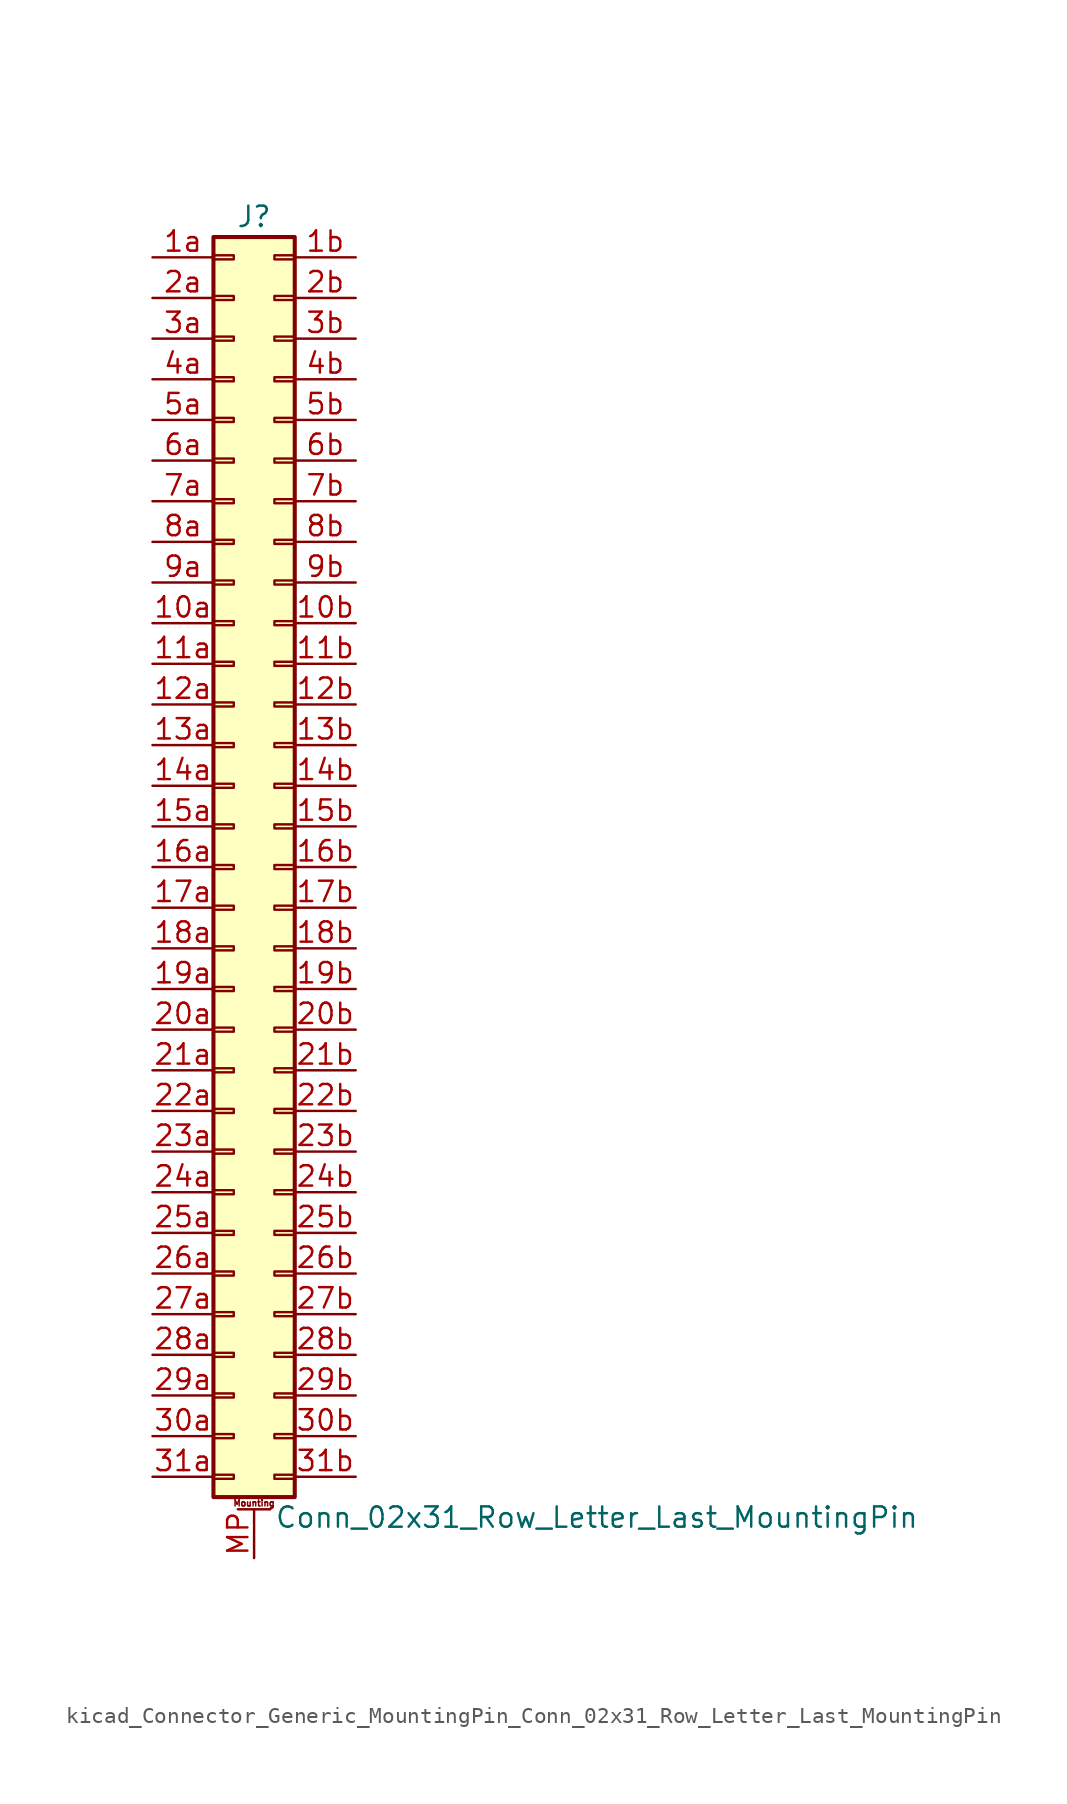
<source format=kicad_sym>
(kicad_symbol_lib
  (version 20220914)
  (generator kicad_symbol_editor)
  (symbol "kicad_Connector_Generic_MountingPin_Conn_02x31_Row_Letter_Last_MountingPin"
    (pin_names
      (offset 1.016) hide)
    (property "Reference" "J"
      (at 1.27 40.64 0)
      (effects (font (size 1.27 1.27))))
    (property "Value" "Conn_02x31_Row_Letter_Last_MountingPin"
      (at 2.54 -40.64 0)
      (effects (font (size 1.27 1.27)) (justify left)))
    (symbol "kicad_Connector_Generic_MountingPin_Conn_02x31_Row_Letter_Last_MountingPin_1_1"
      (rectangle (start -1.27 -37.973) (end 0 -38.227) (stroke (width 0.152) (type default)) (fill (type none)))
      (rectangle (start -1.27 -35.433) (end 0 -35.687) (stroke (width 0.152) (type default)) (fill (type none)))
      (rectangle (start -1.27 -32.893) (end 0 -33.147) (stroke (width 0.152) (type default)) (fill (type none)))
      (rectangle (start -1.27 -30.353) (end 0 -30.607) (stroke (width 0.152) (type default)) (fill (type none)))
      (rectangle (start -1.27 -27.813) (end 0 -28.067) (stroke (width 0.152) (type default)) (fill (type none)))
      (rectangle (start -1.27 -25.273) (end 0 -25.527) (stroke (width 0.152) (type default)) (fill (type none)))
      (rectangle (start -1.27 -22.733) (end 0 -22.987) (stroke (width 0.152) (type default)) (fill (type none)))
      (rectangle (start -1.27 -20.193) (end 0 -20.447) (stroke (width 0.152) (type default)) (fill (type none)))
      (rectangle (start -1.27 -17.653) (end 0 -17.907) (stroke (width 0.152) (type default)) (fill (type none)))
      (rectangle (start -1.27 -15.113) (end 0 -15.367) (stroke (width 0.152) (type default)) (fill (type none)))
      (rectangle (start -1.27 -12.573) (end 0 -12.827) (stroke (width 0.152) (type default)) (fill (type none)))
      (rectangle (start -1.27 -10.033) (end 0 -10.287) (stroke (width 0.152) (type default)) (fill (type none)))
      (rectangle (start -1.27 -7.493) (end 0 -7.747) (stroke (width 0.152) (type default)) (fill (type none)))
      (rectangle (start -1.27 -4.953) (end 0 -5.207) (stroke (width 0.152) (type default)) (fill (type none)))
      (rectangle (start -1.27 -2.413) (end 0 -2.667) (stroke (width 0.152) (type default)) (fill (type none)))
      (rectangle (start -1.27 0.127) (end 0 -0.127) (stroke (width 0.152) (type default)) (fill (type none)))
      (rectangle (start -1.27 2.667) (end 0 2.413) (stroke (width 0.152) (type default)) (fill (type none)))
      (rectangle (start -1.27 5.207) (end 0 4.953) (stroke (width 0.152) (type default)) (fill (type none)))
      (rectangle (start -1.27 7.747) (end 0 7.493) (stroke (width 0.152) (type default)) (fill (type none)))
      (rectangle (start -1.27 10.287) (end 0 10.033) (stroke (width 0.152) (type default)) (fill (type none)))
      (rectangle (start -1.27 12.827) (end 0 12.573) (stroke (width 0.152) (type default)) (fill (type none)))
      (rectangle (start -1.27 15.367) (end 0 15.113) (stroke (width 0.152) (type default)) (fill (type none)))
      (rectangle (start -1.27 17.907) (end 0 17.653) (stroke (width 0.152) (type default)) (fill (type none)))
      (rectangle (start -1.27 20.447) (end 0 20.193) (stroke (width 0.152) (type default)) (fill (type none)))
      (rectangle (start -1.27 22.987) (end 0 22.733) (stroke (width 0.152) (type default)) (fill (type none)))
      (rectangle (start -1.27 25.527) (end 0 25.273) (stroke (width 0.152) (type default)) (fill (type none)))
      (rectangle (start -1.27 28.067) (end 0 27.813) (stroke (width 0.152) (type default)) (fill (type none)))
      (rectangle (start -1.27 30.607) (end 0 30.353) (stroke (width 0.152) (type default)) (fill (type none)))
      (rectangle (start -1.27 33.147) (end 0 32.893) (stroke (width 0.152) (type default)) (fill (type none)))
      (rectangle (start -1.27 35.687) (end 0 35.433) (stroke (width 0.152) (type default)) (fill (type none)))
      (rectangle (start -1.27 38.227) (end 0 37.973) (stroke (width 0.152) (type default)) (fill (type none)))
      (rectangle (start -1.27 39.37) (end 3.81 -39.37) (stroke (width 0.254) (type default)) (fill (type background)))
      (polyline (pts (xy 0.254 -40.132) (xy 2.286 -40.132)) (stroke (width 0.152) (type default)) (fill (type none)))
      (rectangle (start 3.81 -37.973) (end 2.54 -38.227) (stroke (width 0.152) (type default)) (fill (type none)))
      (rectangle (start 3.81 -35.433) (end 2.54 -35.687) (stroke (width 0.152) (type default)) (fill (type none)))
      (rectangle (start 3.81 -32.893) (end 2.54 -33.147) (stroke (width 0.152) (type default)) (fill (type none)))
      (rectangle (start 3.81 -30.353) (end 2.54 -30.607) (stroke (width 0.152) (type default)) (fill (type none)))
      (rectangle (start 3.81 -27.813) (end 2.54 -28.067) (stroke (width 0.152) (type default)) (fill (type none)))
      (rectangle (start 3.81 -25.273) (end 2.54 -25.527) (stroke (width 0.152) (type default)) (fill (type none)))
      (rectangle (start 3.81 -22.733) (end 2.54 -22.987) (stroke (width 0.152) (type default)) (fill (type none)))
      (rectangle (start 3.81 -20.193) (end 2.54 -20.447) (stroke (width 0.152) (type default)) (fill (type none)))
      (rectangle (start 3.81 -17.653) (end 2.54 -17.907) (stroke (width 0.152) (type default)) (fill (type none)))
      (rectangle (start 3.81 -15.113) (end 2.54 -15.367) (stroke (width 0.152) (type default)) (fill (type none)))
      (rectangle (start 3.81 -12.573) (end 2.54 -12.827) (stroke (width 0.152) (type default)) (fill (type none)))
      (rectangle (start 3.81 -10.033) (end 2.54 -10.287) (stroke (width 0.152) (type default)) (fill (type none)))
      (rectangle (start 3.81 -7.493) (end 2.54 -7.747) (stroke (width 0.152) (type default)) (fill (type none)))
      (rectangle (start 3.81 -4.953) (end 2.54 -5.207) (stroke (width 0.152) (type default)) (fill (type none)))
      (rectangle (start 3.81 -2.413) (end 2.54 -2.667) (stroke (width 0.152) (type default)) (fill (type none)))
      (rectangle (start 3.81 0.127) (end 2.54 -0.127) (stroke (width 0.152) (type default)) (fill (type none)))
      (rectangle (start 3.81 2.667) (end 2.54 2.413) (stroke (width 0.152) (type default)) (fill (type none)))
      (rectangle (start 3.81 5.207) (end 2.54 4.953) (stroke (width 0.152) (type default)) (fill (type none)))
      (rectangle (start 3.81 7.747) (end 2.54 7.493) (stroke (width 0.152) (type default)) (fill (type none)))
      (rectangle (start 3.81 10.287) (end 2.54 10.033) (stroke (width 0.152) (type default)) (fill (type none)))
      (rectangle (start 3.81 12.827) (end 2.54 12.573) (stroke (width 0.152) (type default)) (fill (type none)))
      (rectangle (start 3.81 15.367) (end 2.54 15.113) (stroke (width 0.152) (type default)) (fill (type none)))
      (rectangle (start 3.81 17.907) (end 2.54 17.653) (stroke (width 0.152) (type default)) (fill (type none)))
      (rectangle (start 3.81 20.447) (end 2.54 20.193) (stroke (width 0.152) (type default)) (fill (type none)))
      (rectangle (start 3.81 22.987) (end 2.54 22.733) (stroke (width 0.152) (type default)) (fill (type none)))
      (rectangle (start 3.81 25.527) (end 2.54 25.273) (stroke (width 0.152) (type default)) (fill (type none)))
      (rectangle (start 3.81 28.067) (end 2.54 27.813) (stroke (width 0.152) (type default)) (fill (type none)))
      (rectangle (start 3.81 30.607) (end 2.54 30.353) (stroke (width 0.152) (type default)) (fill (type none)))
      (rectangle (start 3.81 33.147) (end 2.54 32.893) (stroke (width 0.152) (type default)) (fill (type none)))
      (rectangle (start 3.81 35.687) (end 2.54 35.433) (stroke (width 0.152) (type default)) (fill (type none)))
      (rectangle (start 3.81 38.227) (end 2.54 37.973) (stroke (width 0.152) (type default)) (fill (type none)))
      (text "Mounting" (at 1.27 -39.751 0) (effects (font (size 0.381 0.381))))
      (pin passive line (at -5.08 15.24 0) (length 3.81) (name "Pin_10a" (effects (font (size 1.27 1.27)))) (number "10a" (effects (font (size 1.27 1.27)))))
      (pin passive line (at 7.62 15.24 180) (length 3.81) (name "Pin_10b" (effects (font (size 1.27 1.27)))) (number "10b" (effects (font (size 1.27 1.27)))))
      (pin passive line (at -5.08 12.7 0) (length 3.81) (name "Pin_11a" (effects (font (size 1.27 1.27)))) (number "11a" (effects (font (size 1.27 1.27)))))
      (pin passive line (at 7.62 12.7 180) (length 3.81) (name "Pin_11b" (effects (font (size 1.27 1.27)))) (number "11b" (effects (font (size 1.27 1.27)))))
      (pin passive line (at -5.08 10.16 0) (length 3.81) (name "Pin_12a" (effects (font (size 1.27 1.27)))) (number "12a" (effects (font (size 1.27 1.27)))))
      (pin passive line (at 7.62 10.16 180) (length 3.81) (name "Pin_12b" (effects (font (size 1.27 1.27)))) (number "12b" (effects (font (size 1.27 1.27)))))
      (pin passive line (at -5.08 7.62 0) (length 3.81) (name "Pin_13a" (effects (font (size 1.27 1.27)))) (number "13a" (effects (font (size 1.27 1.27)))))
      (pin passive line (at 7.62 7.62 180) (length 3.81) (name "Pin_13b" (effects (font (size 1.27 1.27)))) (number "13b" (effects (font (size 1.27 1.27)))))
      (pin passive line (at -5.08 5.08 0) (length 3.81) (name "Pin_14a" (effects (font (size 1.27 1.27)))) (number "14a" (effects (font (size 1.27 1.27)))))
      (pin passive line (at 7.62 5.08 180) (length 3.81) (name "Pin_14b" (effects (font (size 1.27 1.27)))) (number "14b" (effects (font (size 1.27 1.27)))))
      (pin passive line (at -5.08 2.54 0) (length 3.81) (name "Pin_15a" (effects (font (size 1.27 1.27)))) (number "15a" (effects (font (size 1.27 1.27)))))
      (pin passive line (at 7.62 2.54 180) (length 3.81) (name "Pin_15b" (effects (font (size 1.27 1.27)))) (number "15b" (effects (font (size 1.27 1.27)))))
      (pin passive line (at -5.08 0 0) (length 3.81) (name "Pin_16a" (effects (font (size 1.27 1.27)))) (number "16a" (effects (font (size 1.27 1.27)))))
      (pin passive line (at 7.62 0 180) (length 3.81) (name "Pin_16b" (effects (font (size 1.27 1.27)))) (number "16b" (effects (font (size 1.27 1.27)))))
      (pin passive line (at -5.08 -2.54 0) (length 3.81) (name "Pin_17a" (effects (font (size 1.27 1.27)))) (number "17a" (effects (font (size 1.27 1.27)))))
      (pin passive line (at 7.62 -2.54 180) (length 3.81) (name "Pin_17b" (effects (font (size 1.27 1.27)))) (number "17b" (effects (font (size 1.27 1.27)))))
      (pin passive line (at -5.08 -5.08 0) (length 3.81) (name "Pin_18a" (effects (font (size 1.27 1.27)))) (number "18a" (effects (font (size 1.27 1.27)))))
      (pin passive line (at 7.62 -5.08 180) (length 3.81) (name "Pin_18b" (effects (font (size 1.27 1.27)))) (number "18b" (effects (font (size 1.27 1.27)))))
      (pin passive line (at -5.08 -7.62 0) (length 3.81) (name "Pin_19a" (effects (font (size 1.27 1.27)))) (number "19a" (effects (font (size 1.27 1.27)))))
      (pin passive line (at 7.62 -7.62 180) (length 3.81) (name "Pin_19b" (effects (font (size 1.27 1.27)))) (number "19b" (effects (font (size 1.27 1.27)))))
      (pin passive line (at -5.08 38.1 0) (length 3.81) (name "Pin_1a" (effects (font (size 1.27 1.27)))) (number "1a" (effects (font (size 1.27 1.27)))))
      (pin passive line (at 7.62 38.1 180) (length 3.81) (name "Pin_1b" (effects (font (size 1.27 1.27)))) (number "1b" (effects (font (size 1.27 1.27)))))
      (pin passive line (at -5.08 -10.16 0) (length 3.81) (name "Pin_20a" (effects (font (size 1.27 1.27)))) (number "20a" (effects (font (size 1.27 1.27)))))
      (pin passive line (at 7.62 -10.16 180) (length 3.81) (name "Pin_20b" (effects (font (size 1.27 1.27)))) (number "20b" (effects (font (size 1.27 1.27)))))
      (pin passive line (at -5.08 -12.7 0) (length 3.81) (name "Pin_21a" (effects (font (size 1.27 1.27)))) (number "21a" (effects (font (size 1.27 1.27)))))
      (pin passive line (at 7.62 -12.7 180) (length 3.81) (name "Pin_21b" (effects (font (size 1.27 1.27)))) (number "21b" (effects (font (size 1.27 1.27)))))
      (pin passive line (at -5.08 -15.24 0) (length 3.81) (name "Pin_22a" (effects (font (size 1.27 1.27)))) (number "22a" (effects (font (size 1.27 1.27)))))
      (pin passive line (at 7.62 -15.24 180) (length 3.81) (name "Pin_22b" (effects (font (size 1.27 1.27)))) (number "22b" (effects (font (size 1.27 1.27)))))
      (pin passive line (at -5.08 -17.78 0) (length 3.81) (name "Pin_23a" (effects (font (size 1.27 1.27)))) (number "23a" (effects (font (size 1.27 1.27)))))
      (pin passive line (at 7.62 -17.78 180) (length 3.81) (name "Pin_23b" (effects (font (size 1.27 1.27)))) (number "23b" (effects (font (size 1.27 1.27)))))
      (pin passive line (at -5.08 -20.32 0) (length 3.81) (name "Pin_24a" (effects (font (size 1.27 1.27)))) (number "24a" (effects (font (size 1.27 1.27)))))
      (pin passive line (at 7.62 -20.32 180) (length 3.81) (name "Pin_24b" (effects (font (size 1.27 1.27)))) (number "24b" (effects (font (size 1.27 1.27)))))
      (pin passive line (at -5.08 -22.86 0) (length 3.81) (name "Pin_25a" (effects (font (size 1.27 1.27)))) (number "25a" (effects (font (size 1.27 1.27)))))
      (pin passive line (at 7.62 -22.86 180) (length 3.81) (name "Pin_25b" (effects (font (size 1.27 1.27)))) (number "25b" (effects (font (size 1.27 1.27)))))
      (pin passive line (at -5.08 -25.4 0) (length 3.81) (name "Pin_26a" (effects (font (size 1.27 1.27)))) (number "26a" (effects (font (size 1.27 1.27)))))
      (pin passive line (at 7.62 -25.4 180) (length 3.81) (name "Pin_26b" (effects (font (size 1.27 1.27)))) (number "26b" (effects (font (size 1.27 1.27)))))
      (pin passive line (at -5.08 -27.94 0) (length 3.81) (name "Pin_27a" (effects (font (size 1.27 1.27)))) (number "27a" (effects (font (size 1.27 1.27)))))
      (pin passive line (at 7.62 -27.94 180) (length 3.81) (name "Pin_27b" (effects (font (size 1.27 1.27)))) (number "27b" (effects (font (size 1.27 1.27)))))
      (pin passive line (at -5.08 -30.48 0) (length 3.81) (name "Pin_28a" (effects (font (size 1.27 1.27)))) (number "28a" (effects (font (size 1.27 1.27)))))
      (pin passive line (at 7.62 -30.48 180) (length 3.81) (name "Pin_28b" (effects (font (size 1.27 1.27)))) (number "28b" (effects (font (size 1.27 1.27)))))
      (pin passive line (at -5.08 -33.02 0) (length 3.81) (name "Pin_29a" (effects (font (size 1.27 1.27)))) (number "29a" (effects (font (size 1.27 1.27)))))
      (pin passive line (at 7.62 -33.02 180) (length 3.81) (name "Pin_29b" (effects (font (size 1.27 1.27)))) (number "29b" (effects (font (size 1.27 1.27)))))
      (pin passive line (at -5.08 35.56 0) (length 3.81) (name "Pin_2a" (effects (font (size 1.27 1.27)))) (number "2a" (effects (font (size 1.27 1.27)))))
      (pin passive line (at 7.62 35.56 180) (length 3.81) (name "Pin_2b" (effects (font (size 1.27 1.27)))) (number "2b" (effects (font (size 1.27 1.27)))))
      (pin passive line (at -5.08 -35.56 0) (length 3.81) (name "Pin_30a" (effects (font (size 1.27 1.27)))) (number "30a" (effects (font (size 1.27 1.27)))))
      (pin passive line (at 7.62 -35.56 180) (length 3.81) (name "Pin_30b" (effects (font (size 1.27 1.27)))) (number "30b" (effects (font (size 1.27 1.27)))))
      (pin passive line (at -5.08 -38.1 0) (length 3.81) (name "Pin_31a" (effects (font (size 1.27 1.27)))) (number "31a" (effects (font (size 1.27 1.27)))))
      (pin passive line (at 7.62 -38.1 180) (length 3.81) (name "Pin_31b" (effects (font (size 1.27 1.27)))) (number "31b" (effects (font (size 1.27 1.27)))))
      (pin passive line (at -5.08 33.02 0) (length 3.81) (name "Pin_3a" (effects (font (size 1.27 1.27)))) (number "3a" (effects (font (size 1.27 1.27)))))
      (pin passive line (at 7.62 33.02 180) (length 3.81) (name "Pin_3b" (effects (font (size 1.27 1.27)))) (number "3b" (effects (font (size 1.27 1.27)))))
      (pin passive line (at -5.08 30.48 0) (length 3.81) (name "Pin_4a" (effects (font (size 1.27 1.27)))) (number "4a" (effects (font (size 1.27 1.27)))))
      (pin passive line (at 7.62 30.48 180) (length 3.81) (name "Pin_4b" (effects (font (size 1.27 1.27)))) (number "4b" (effects (font (size 1.27 1.27)))))
      (pin passive line (at -5.08 27.94 0) (length 3.81) (name "Pin_5a" (effects (font (size 1.27 1.27)))) (number "5a" (effects (font (size 1.27 1.27)))))
      (pin passive line (at 7.62 27.94 180) (length 3.81) (name "Pin_5b" (effects (font (size 1.27 1.27)))) (number "5b" (effects (font (size 1.27 1.27)))))
      (pin passive line (at -5.08 25.4 0) (length 3.81) (name "Pin_6a" (effects (font (size 1.27 1.27)))) (number "6a" (effects (font (size 1.27 1.27)))))
      (pin passive line (at 7.62 25.4 180) (length 3.81) (name "Pin_6b" (effects (font (size 1.27 1.27)))) (number "6b" (effects (font (size 1.27 1.27)))))
      (pin passive line (at -5.08 22.86 0) (length 3.81) (name "Pin_7a" (effects (font (size 1.27 1.27)))) (number "7a" (effects (font (size 1.27 1.27)))))
      (pin passive line (at 7.62 22.86 180) (length 3.81) (name "Pin_7b" (effects (font (size 1.27 1.27)))) (number "7b" (effects (font (size 1.27 1.27)))))
      (pin passive line (at -5.08 20.32 0) (length 3.81) (name "Pin_8a" (effects (font (size 1.27 1.27)))) (number "8a" (effects (font (size 1.27 1.27)))))
      (pin passive line (at 7.62 20.32 180) (length 3.81) (name "Pin_8b" (effects (font (size 1.27 1.27)))) (number "8b" (effects (font (size 1.27 1.27)))))
      (pin passive line (at -5.08 17.78 0) (length 3.81) (name "Pin_9a" (effects (font (size 1.27 1.27)))) (number "9a" (effects (font (size 1.27 1.27)))))
      (pin passive line (at 7.62 17.78 180) (length 3.81) (name "Pin_9b" (effects (font (size 1.27 1.27)))) (number "9b" (effects (font (size 1.27 1.27)))))
      (pin passive line (at 1.27 -43.18 90) (length 3.048) (name "MountPin" (effects (font (size 1.27 1.27)))) (number "MP" (effects (font (size 1.27 1.27))))))))
</source>
